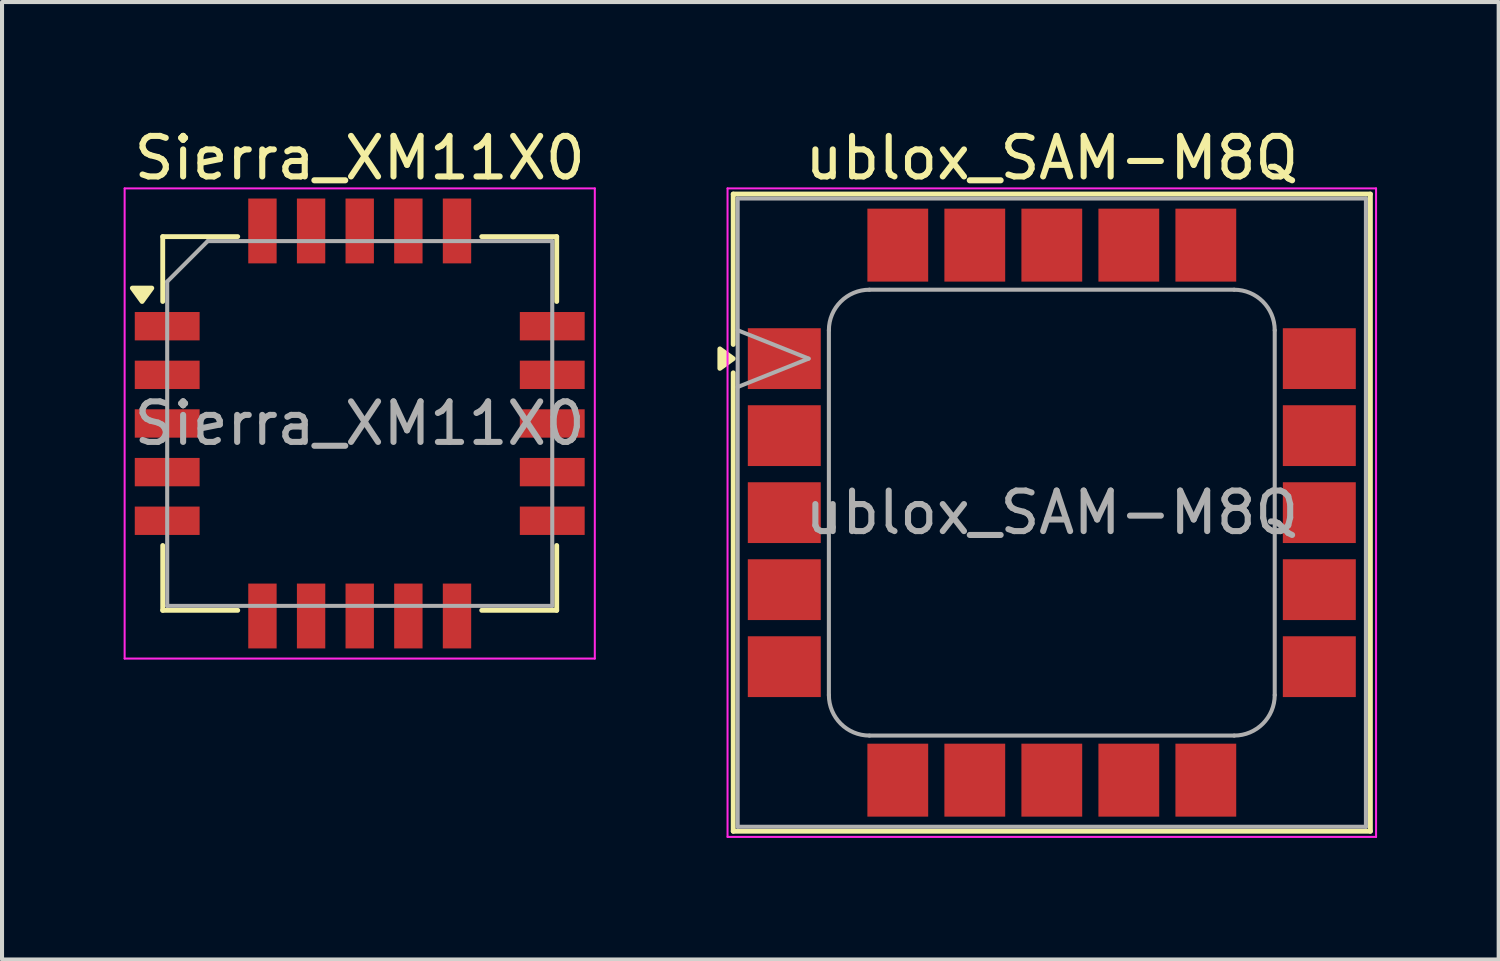
<source format=kicad_pcb>
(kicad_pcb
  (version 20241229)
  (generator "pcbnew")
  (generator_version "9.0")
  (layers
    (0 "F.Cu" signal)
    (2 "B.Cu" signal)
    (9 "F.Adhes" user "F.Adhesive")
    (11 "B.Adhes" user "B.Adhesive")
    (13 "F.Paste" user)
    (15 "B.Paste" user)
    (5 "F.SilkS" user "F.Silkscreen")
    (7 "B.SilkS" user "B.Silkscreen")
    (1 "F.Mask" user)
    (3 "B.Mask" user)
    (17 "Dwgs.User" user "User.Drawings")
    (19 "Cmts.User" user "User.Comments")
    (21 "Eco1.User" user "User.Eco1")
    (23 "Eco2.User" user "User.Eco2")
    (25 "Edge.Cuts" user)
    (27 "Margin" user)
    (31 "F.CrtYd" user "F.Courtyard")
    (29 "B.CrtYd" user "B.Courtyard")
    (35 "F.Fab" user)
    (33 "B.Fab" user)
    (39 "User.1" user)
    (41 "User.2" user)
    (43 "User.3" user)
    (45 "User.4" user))
  (footprint "ublox_SAM-M8Q"
    (layer "F.Cu")
    (at 22.9 9.598)
    (property "Reference" "ublox_SAM-M8Q" (at 0 -8.75 0) (layer "F.SilkS") (effects (font (size 1 1) (thickness 0.15))))
    (attr smd)
    (fp_line (start -7.86 -7.86) (end -7.86 -4.15) (stroke (width 0.12) (type solid)) (layer "F.SilkS"))
    (fp_line (start -7.86 -7.86) (end 7.86 -7.86) (stroke (width 0.12) (type solid)) (layer "F.SilkS"))
    (fp_line (start -7.86 -3.45) (end -7.86 7.86) (stroke (width 0.12) (type solid)) (layer "F.SilkS"))
    (fp_line (start -7.86 7.86) (end 7.86 7.86) (stroke (width 0.12) (type solid)) (layer "F.SilkS"))
    (fp_line (start 7.86 -7.86) (end 7.86 7.86) (stroke (width 0.12) (type solid)) (layer "F.SilkS"))
    (fp_poly (pts (xy -7.86 -3.8) (xy -8.19 -3.56) (xy -8.19 -4.04) (xy -7.86 -3.8)) (stroke (width 0.12) (type solid)) (fill yes) (layer "F.SilkS"))
    (fp_line (start -8 -8) (end -8 8) (stroke (width 0.05) (type solid)) (layer "F.CrtYd"))
    (fp_line (start -8 8) (end 8 8) (stroke (width 0.05) (type solid)) (layer "F.CrtYd"))
    (fp_line (start 8 -8) (end -8 -8) (stroke (width 0.05) (type solid)) (layer "F.CrtYd"))
    (fp_line (start 8 8) (end 8 -8) (stroke (width 0.05) (type solid)) (layer "F.CrtYd"))
    (fp_line (start -7.75 -7.75) (end -7.75 7.75) (stroke (width 0.1) (type solid)) (layer "F.Fab"))
    (fp_line (start -7.75 7.75) (end 7.75 7.75) (stroke (width 0.1) (type solid)) (layer "F.Fab"))
    (fp_line (start -6 -3.8) (end -7.75 -4.5) (stroke (width 0.1) (type solid)) (layer "F.Fab"))
    (fp_line (start -6 -3.8) (end -7.75 -3.1) (stroke (width 0.1) (type solid)) (layer "F.Fab"))
    (fp_line (start -5.5 -4.5) (end -5.5 4.5) (stroke (width 0.1) (type solid)) (layer "F.Fab"))
    (fp_line (start -4.5 5.5) (end 4.5 5.5) (stroke (width 0.1) (type solid)) (layer "F.Fab"))
    (fp_line (start 4.5 -5.5) (end -4.5 -5.5) (stroke (width 0.1) (type solid)) (layer "F.Fab"))
    (fp_line (start 5.5 4.5) (end 5.5 -4.5) (stroke (width 0.1) (type solid)) (layer "F.Fab"))
    (fp_line (start 7.75 -7.75) (end -7.75 -7.75) (stroke (width 0.1) (type solid)) (layer "F.Fab"))
    (fp_line (start 7.75 7.75) (end 7.75 -7.75) (stroke (width 0.1) (type solid)) (layer "F.Fab"))
    (fp_arc (start -5.5 -4.5) (mid -5.207107 -5.207107) (end -4.5 -5.5) (stroke (width 0.1) (type solid)) (layer "F.Fab"))
    (fp_arc (start -4.5 5.5) (mid -5.207107 5.207107) (end -5.5 4.5) (stroke (width 0.1) (type solid)) (layer "F.Fab"))
    (fp_arc (start 4.5 -5.5) (mid 5.207107 -5.207107) (end 5.5 -4.5) (stroke (width 0.1) (type solid)) (layer "F.Fab"))
    (fp_arc (start 5.5 4.5) (mid 5.207107 5.207107) (end 4.5 5.5) (stroke (width 0.1) (type solid)) (layer "F.Fab"))
    (fp_text user "${REFERENCE}" (at 0 0 0) (layer "F.Fab") (effects (font (size 1 1) (thickness 0.15))))
    (pad "" smd rect (at -7.1 -4.225) (size 0.72 0.58) (layers "F.Paste"))
    (pad "" smd rect (at -7.1 -3.375) (size 0.72 0.58) (layers "F.Paste"))
    (pad "" smd rect (at -7.1 -2.325) (size 0.72 0.58) (layers "F.Paste"))
    (pad "" smd rect (at -7.1 -1.475) (size 0.72 0.58) (layers "F.Paste"))
    (pad "" smd rect (at -7.1 -0.425) (size 0.72 0.58) (layers "F.Paste"))
    (pad "" smd rect (at -7.1 0.425) (size 0.72 0.58) (layers "F.Paste"))
    (pad "" smd rect (at -7.1 1.475) (size 0.72 0.58) (layers "F.Paste"))
    (pad "" smd rect (at -7.1 2.325) (size 0.72 0.58) (layers "F.Paste"))
    (pad "" smd rect (at -7.1 3.375) (size 0.72 0.58) (layers "F.Paste"))
    (pad "" smd rect (at -7.1 4.225) (size 0.72 0.58) (layers "F.Paste"))
    (pad "" smd rect (at -6.1 -4.225) (size 0.72 0.58) (layers "F.Paste"))
    (pad "" smd rect (at -6.1 -3.375) (size 0.72 0.58) (layers "F.Paste"))
    (pad "" smd rect (at -6.1 -2.325) (size 0.72 0.58) (layers "F.Paste"))
    (pad "" smd rect (at -6.1 -1.475) (size 0.72 0.58) (layers "F.Paste"))
    (pad "" smd rect (at -6.1 -0.425) (size 0.72 0.58) (layers "F.Paste"))
    (pad "" smd rect (at -6.1 0.425) (size 0.72 0.58) (layers "F.Paste"))
    (pad "" smd rect (at -6.1 1.475) (size 0.72 0.58) (layers "F.Paste"))
    (pad "" smd rect (at -6.1 2.325) (size 0.72 0.58) (layers "F.Paste"))
    (pad "" smd rect (at -6.1 3.375) (size 0.72 0.58) (layers "F.Paste"))
    (pad "" smd rect (at -6.1 4.225) (size 0.72 0.58) (layers "F.Paste"))
    (pad "" smd rect (at -4.225 -7.1) (size 0.58 0.72) (layers "F.Paste"))
    (pad "" smd rect (at -4.225 -6.1) (size 0.58 0.72) (layers "F.Paste"))
    (pad "" smd rect (at -4.225 6.1) (size 0.58 0.72) (layers "F.Paste"))
    (pad "" smd rect (at -4.225 7.1) (size 0.58 0.72) (layers "F.Paste"))
    (pad "" smd rect (at -3.375 -7.1) (size 0.58 0.72) (layers "F.Paste"))
    (pad "" smd rect (at -3.375 -6.1) (size 0.58 0.72) (layers "F.Paste"))
    (pad "" smd rect (at -3.375 6.1) (size 0.58 0.72) (layers "F.Paste"))
    (pad "" smd rect (at -3.375 7.1) (size 0.58 0.72) (layers "F.Paste"))
    (pad "" smd rect (at -2.325 -7.1) (size 0.58 0.72) (layers "F.Paste"))
    (pad "" smd rect (at -2.325 -6.1) (size 0.58 0.72) (layers "F.Paste"))
    (pad "" smd rect (at -2.325 6.1) (size 0.58 0.72) (layers "F.Paste"))
    (pad "" smd rect (at -2.325 7.1) (size 0.58 0.72) (layers "F.Paste"))
    (pad "" smd rect (at -1.475 -7.1) (size 0.58 0.72) (layers "F.Paste"))
    (pad "" smd rect (at -1.475 -6.1) (size 0.58 0.72) (layers "F.Paste"))
    (pad "" smd rect (at -1.475 6.1) (size 0.58 0.72) (layers "F.Paste"))
    (pad "" smd rect (at -1.475 7.1) (size 0.58 0.72) (layers "F.Paste"))
    (pad "" smd rect (at -0.425 -7.1) (size 0.58 0.72) (layers "F.Paste"))
    (pad "" smd rect (at -0.425 -6.1) (size 0.58 0.72) (layers "F.Paste"))
    (pad "" smd rect (at -0.425 6.1) (size 0.58 0.72) (layers "F.Paste"))
    (pad "" smd rect (at -0.425 7.1) (size 0.58 0.72) (layers "F.Paste"))
    (pad "" smd rect (at 0.425 -7.1) (size 0.58 0.72) (layers "F.Paste"))
    (pad "" smd rect (at 0.425 -6.1) (size 0.58 0.72) (layers "F.Paste"))
    (pad "" smd rect (at 0.425 6.1) (size 0.58 0.72) (layers "F.Paste"))
    (pad "" smd rect (at 0.425 7.1) (size 0.58 0.72) (layers "F.Paste"))
    (pad "" smd rect (at 1.475 -7.1) (size 0.58 0.72) (layers "F.Paste"))
    (pad "" smd rect (at 1.475 -6.1) (size 0.58 0.72) (layers "F.Paste"))
    (pad "" smd rect (at 1.475 6.1) (size 0.58 0.72) (layers "F.Paste"))
    (pad "" smd rect (at 1.475 7.1) (size 0.58 0.72) (layers "F.Paste"))
    (pad "" smd rect (at 2.325 -7.1) (size 0.58 0.72) (layers "F.Paste"))
    (pad "" smd rect (at 2.325 -6.1) (size 0.58 0.72) (layers "F.Paste"))
    (pad "" smd rect (at 2.325 6.1) (size 0.58 0.72) (layers "F.Paste"))
    (pad "" smd rect (at 2.325 7.1) (size 0.58 0.72) (layers "F.Paste"))
    (pad "" smd rect (at 3.375 -7.1) (size 0.58 0.72) (layers "F.Paste"))
    (pad "" smd rect (at 3.375 -6.1) (size 0.58 0.72) (layers "F.Paste"))
    (pad "" smd rect (at 3.375 6.1) (size 0.58 0.72) (layers "F.Paste"))
    (pad "" smd rect (at 3.375 7.1) (size 0.58 0.72) (layers "F.Paste"))
    (pad "" smd rect (at 4.225 -7.1) (size 0.58 0.72) (layers "F.Paste"))
    (pad "" smd rect (at 4.225 -6.1) (size 0.58 0.72) (layers "F.Paste"))
    (pad "" smd rect (at 4.225 6.1) (size 0.58 0.72) (layers "F.Paste"))
    (pad "" smd rect (at 4.225 7.1) (size 0.58 0.72) (layers "F.Paste"))
    (pad "" smd rect (at 6.1 -4.225) (size 0.72 0.58) (layers "F.Paste"))
    (pad "" smd rect (at 6.1 -3.375) (size 0.72 0.58) (layers "F.Paste"))
    (pad "" smd rect (at 6.1 -2.325) (size 0.72 0.58) (layers "F.Paste"))
    (pad "" smd rect (at 6.1 -1.475) (size 0.72 0.58) (layers "F.Paste"))
    (pad "" smd rect (at 6.1 -0.425) (size 0.72 0.58) (layers "F.Paste"))
    (pad "" smd rect (at 6.1 0.425) (size 0.72 0.58) (layers "F.Paste"))
    (pad "" smd rect (at 6.1 1.475) (size 0.72 0.58) (layers "F.Paste"))
    (pad "" smd rect (at 6.1 2.325) (size 0.72 0.58) (layers "F.Paste"))
    (pad "" smd rect (at 6.1 3.375) (size 0.72 0.58) (layers "F.Paste"))
    (pad "" smd rect (at 6.1 4.225) (size 0.72 0.58) (layers "F.Paste"))
    (pad "" smd rect (at 7.1 -4.225) (size 0.72 0.58) (layers "F.Paste"))
    (pad "" smd rect (at 7.1 -3.375) (size 0.72 0.58) (layers "F.Paste"))
    (pad "" smd rect (at 7.1 -2.325) (size 0.72 0.58) (layers "F.Paste"))
    (pad "" smd rect (at 7.1 -1.475) (size 0.72 0.58) (layers "F.Paste"))
    (pad "" smd rect (at 7.1 -0.425) (size 0.72 0.58) (layers "F.Paste"))
    (pad "" smd rect (at 7.1 0.425) (size 0.72 0.58) (layers "F.Paste"))
    (pad "" smd rect (at 7.1 1.475) (size 0.72 0.58) (layers "F.Paste"))
    (pad "" smd rect (at 7.1 2.325) (size 0.72 0.58) (layers "F.Paste"))
    (pad "" smd rect (at 7.1 3.375) (size 0.72 0.58) (layers "F.Paste"))
    (pad "" smd rect (at 7.1 4.225) (size 0.72 0.58) (layers "F.Paste"))
    (pad "1" smd rect (at -6.6 -3.8) (size 1.8 1.5) (layers "F.Cu" "F.Mask"))
    (pad "2" smd rect (at -6.6 -1.9) (size 1.8 1.5) (layers "F.Cu" "F.Mask"))
    (pad "3" smd rect (at -6.6 0) (size 1.8 1.5) (layers "F.Cu" "F.Mask"))
    (pad "4" smd rect (at -6.6 1.9) (size 1.8 1.5) (layers "F.Cu" "F.Mask"))
    (pad "5" smd rect (at -6.6 3.8) (size 1.8 1.5) (layers "F.Cu" "F.Mask"))
    (pad "6" smd rect (at -3.8 6.6) (size 1.5 1.8) (layers "F.Cu" "F.Mask"))
    (pad "7" smd rect (at -1.9 6.6) (size 1.5 1.8) (layers "F.Cu" "F.Mask"))
    (pad "8" smd rect (at 0 6.6) (size 1.5 1.8) (layers "F.Cu" "F.Mask"))
    (pad "9" smd rect (at 1.9 6.6) (size 1.5 1.8) (layers "F.Cu" "F.Mask"))
    (pad "10" smd rect (at 3.8 6.6) (size 1.5 1.8) (layers "F.Cu" "F.Mask"))
    (pad "11" smd rect (at 6.6 3.8) (size 1.8 1.5) (layers "F.Cu" "F.Mask"))
    (pad "12" smd rect (at 6.6 1.9) (size 1.8 1.5) (layers "F.Cu" "F.Mask"))
    (pad "13" smd rect (at 6.6 0) (size 1.8 1.5) (layers "F.Cu" "F.Mask"))
    (pad "14" smd rect (at 6.6 -1.9) (size 1.8 1.5) (layers "F.Cu" "F.Mask"))
    (pad "15" smd rect (at 6.6 -3.8) (size 1.8 1.5) (layers "F.Cu" "F.Mask"))
    (pad "16" smd rect (at 3.8 -6.6) (size 1.5 1.8) (layers "F.Cu" "F.Mask"))
    (pad "17" smd rect (at 1.9 -6.6) (size 1.5 1.8) (layers "F.Cu" "F.Mask"))
    (pad "18" smd rect (at 0 -6.6) (size 1.5 1.8) (layers "F.Cu" "F.Mask"))
    (pad "19" smd rect (at -1.9 -6.6) (size 1.5 1.8) (layers "F.Cu" "F.Mask"))
    (pad "20" smd rect (at -3.8 -6.6) (size 1.5 1.8) (layers "F.Cu" "F.Mask")))
  (footprint "Sierra_XM11X0"
    (layer "F.Cu")
    (at 5.825 7.398)
    (property "Reference" "Sierra_XM11X0" (at 0 -6.55 0) (layer "F.SilkS") (effects (font (size 1 1) (thickness 0.15))))
    (attr smd)
    (fp_line (start -4.86 -4.61) (end -3.01 -4.61) (stroke (width 0.12) (type solid)) (layer "F.SilkS"))
    (fp_line (start -4.86 -3.01) (end -4.86 -4.61) (stroke (width 0.12) (type solid)) (layer "F.SilkS"))
    (fp_line (start -4.86 3.01) (end -4.86 4.61) (stroke (width 0.12) (type solid)) (layer "F.SilkS"))
    (fp_line (start -4.86 4.61) (end -3.01 4.61) (stroke (width 0.12) (type solid)) (layer "F.SilkS"))
    (fp_line (start 4.86 -4.61) (end 3.01 -4.61) (stroke (width 0.12) (type solid)) (layer "F.SilkS"))
    (fp_line (start 4.86 -3.01) (end 4.86 -4.61) (stroke (width 0.12) (type solid)) (layer "F.SilkS"))
    (fp_line (start 4.86 3.01) (end 4.86 4.61) (stroke (width 0.12) (type solid)) (layer "F.SilkS"))
    (fp_line (start 4.86 4.61) (end 3.01 4.61) (stroke (width 0.12) (type solid)) (layer "F.SilkS"))
    (fp_poly (pts (xy -5.37 -3.01) (xy -5.61 -3.34) (xy -5.13 -3.34) (xy -5.37 -3.01)) (stroke (width 0.12) (type solid)) (fill yes) (layer "F.SilkS"))
    (fp_line (start -5.8 -5.8) (end -5.8 5.8) (stroke (width 0.05) (type solid)) (layer "F.CrtYd"))
    (fp_line (start -5.8 5.8) (end 5.8 5.8) (stroke (width 0.05) (type solid)) (layer "F.CrtYd"))
    (fp_line (start 5.8 -5.8) (end -5.8 -5.8) (stroke (width 0.05) (type solid)) (layer "F.CrtYd"))
    (fp_line (start 5.8 5.8) (end 5.8 -5.8) (stroke (width 0.05) (type solid)) (layer "F.CrtYd"))
    (fp_line (start -4.75 -3.5) (end -3.75 -4.5) (stroke (width 0.1) (type solid)) (layer "F.Fab"))
    (fp_line (start -4.75 4.5) (end -4.75 -3.5) (stroke (width 0.1) (type solid)) (layer "F.Fab"))
    (fp_line (start -3.75 -4.5) (end 4.75 -4.5) (stroke (width 0.1) (type solid)) (layer "F.Fab"))
    (fp_line (start 4.75 -4.5) (end 4.75 4.5) (stroke (width 0.1) (type solid)) (layer "F.Fab"))
    (fp_line (start 4.75 4.5) (end -4.75 4.5) (stroke (width 0.1) (type solid)) (layer "F.Fab"))
    (fp_text user "${REFERENCE}" (at 0 0 0) (layer "F.Fab") (effects (font (size 1 1) (thickness 0.15))))
    (pad "1" smd rect (at -4.75 -2.4) (size 1.6 0.7) (layers "F.Cu" "F.Mask" "F.Paste"))
    (pad "2" smd rect (at -4.75 -1.2) (size 1.6 0.7) (layers "F.Cu" "F.Mask" "F.Paste"))
    (pad "3" smd rect (at -4.75 0) (size 1.6 0.7) (layers "F.Cu" "F.Mask" "F.Paste"))
    (pad "4" smd rect (at -4.75 1.2) (size 1.6 0.7) (layers "F.Cu" "F.Mask" "F.Paste"))
    (pad "5" smd rect (at -4.75 2.4) (size 1.6 0.7) (layers "F.Cu" "F.Mask" "F.Paste"))
    (pad "6" smd rect (at -2.4 4.75) (size 0.7 1.6) (layers "F.Cu" "F.Mask" "F.Paste"))
    (pad "7" smd rect (at -1.2 4.75) (size 0.7 1.6) (layers "F.Cu" "F.Mask" "F.Paste"))
    (pad "8" smd rect (at 0 4.75) (size 0.7 1.6) (layers "F.Cu" "F.Mask" "F.Paste"))
    (pad "9" smd rect (at 1.2 4.75) (size 0.7 1.6) (layers "F.Cu" "F.Mask" "F.Paste"))
    (pad "10" smd rect (at 2.4 4.75) (size 0.7 1.6) (layers "F.Cu" "F.Mask" "F.Paste"))
    (pad "11" smd rect (at 4.75 2.4) (size 1.6 0.7) (layers "F.Cu" "F.Mask" "F.Paste"))
    (pad "12" smd rect (at 4.75 1.2) (size 1.6 0.7) (layers "F.Cu" "F.Mask" "F.Paste"))
    (pad "13" smd rect (at 4.75 0) (size 1.6 0.7) (layers "F.Cu" "F.Mask" "F.Paste"))
    (pad "14" smd rect (at 4.75 -1.2) (size 1.6 0.7) (layers "F.Cu" "F.Mask" "F.Paste"))
    (pad "15" smd rect (at 4.75 -2.4) (size 1.6 0.7) (layers "F.Cu" "F.Mask" "F.Paste"))
    (pad "16" smd rect (at 2.4 -4.75) (size 0.7 1.6) (layers "F.Cu" "F.Mask" "F.Paste"))
    (pad "17" smd rect (at 1.2 -4.75) (size 0.7 1.6) (layers "F.Cu" "F.Mask" "F.Paste"))
    (pad "18" smd rect (at 0 -4.75) (size 0.7 1.6) (layers "F.Cu" "F.Mask" "F.Paste"))
    (pad "19" smd rect (at -1.2 -4.75) (size 0.7 1.6) (layers "F.Cu" "F.Mask" "F.Paste"))
    (pad "20" smd rect (at -2.4 -4.75) (size 0.7 1.6) (layers "F.Cu" "F.Mask" "F.Paste")))
  (gr_rect
    (start -3 -3)
    (end 33.925 20.623)
    (stroke (width 0.1) (type default))
    (fill no)
    (layer "Edge.Cuts")))
</source>
